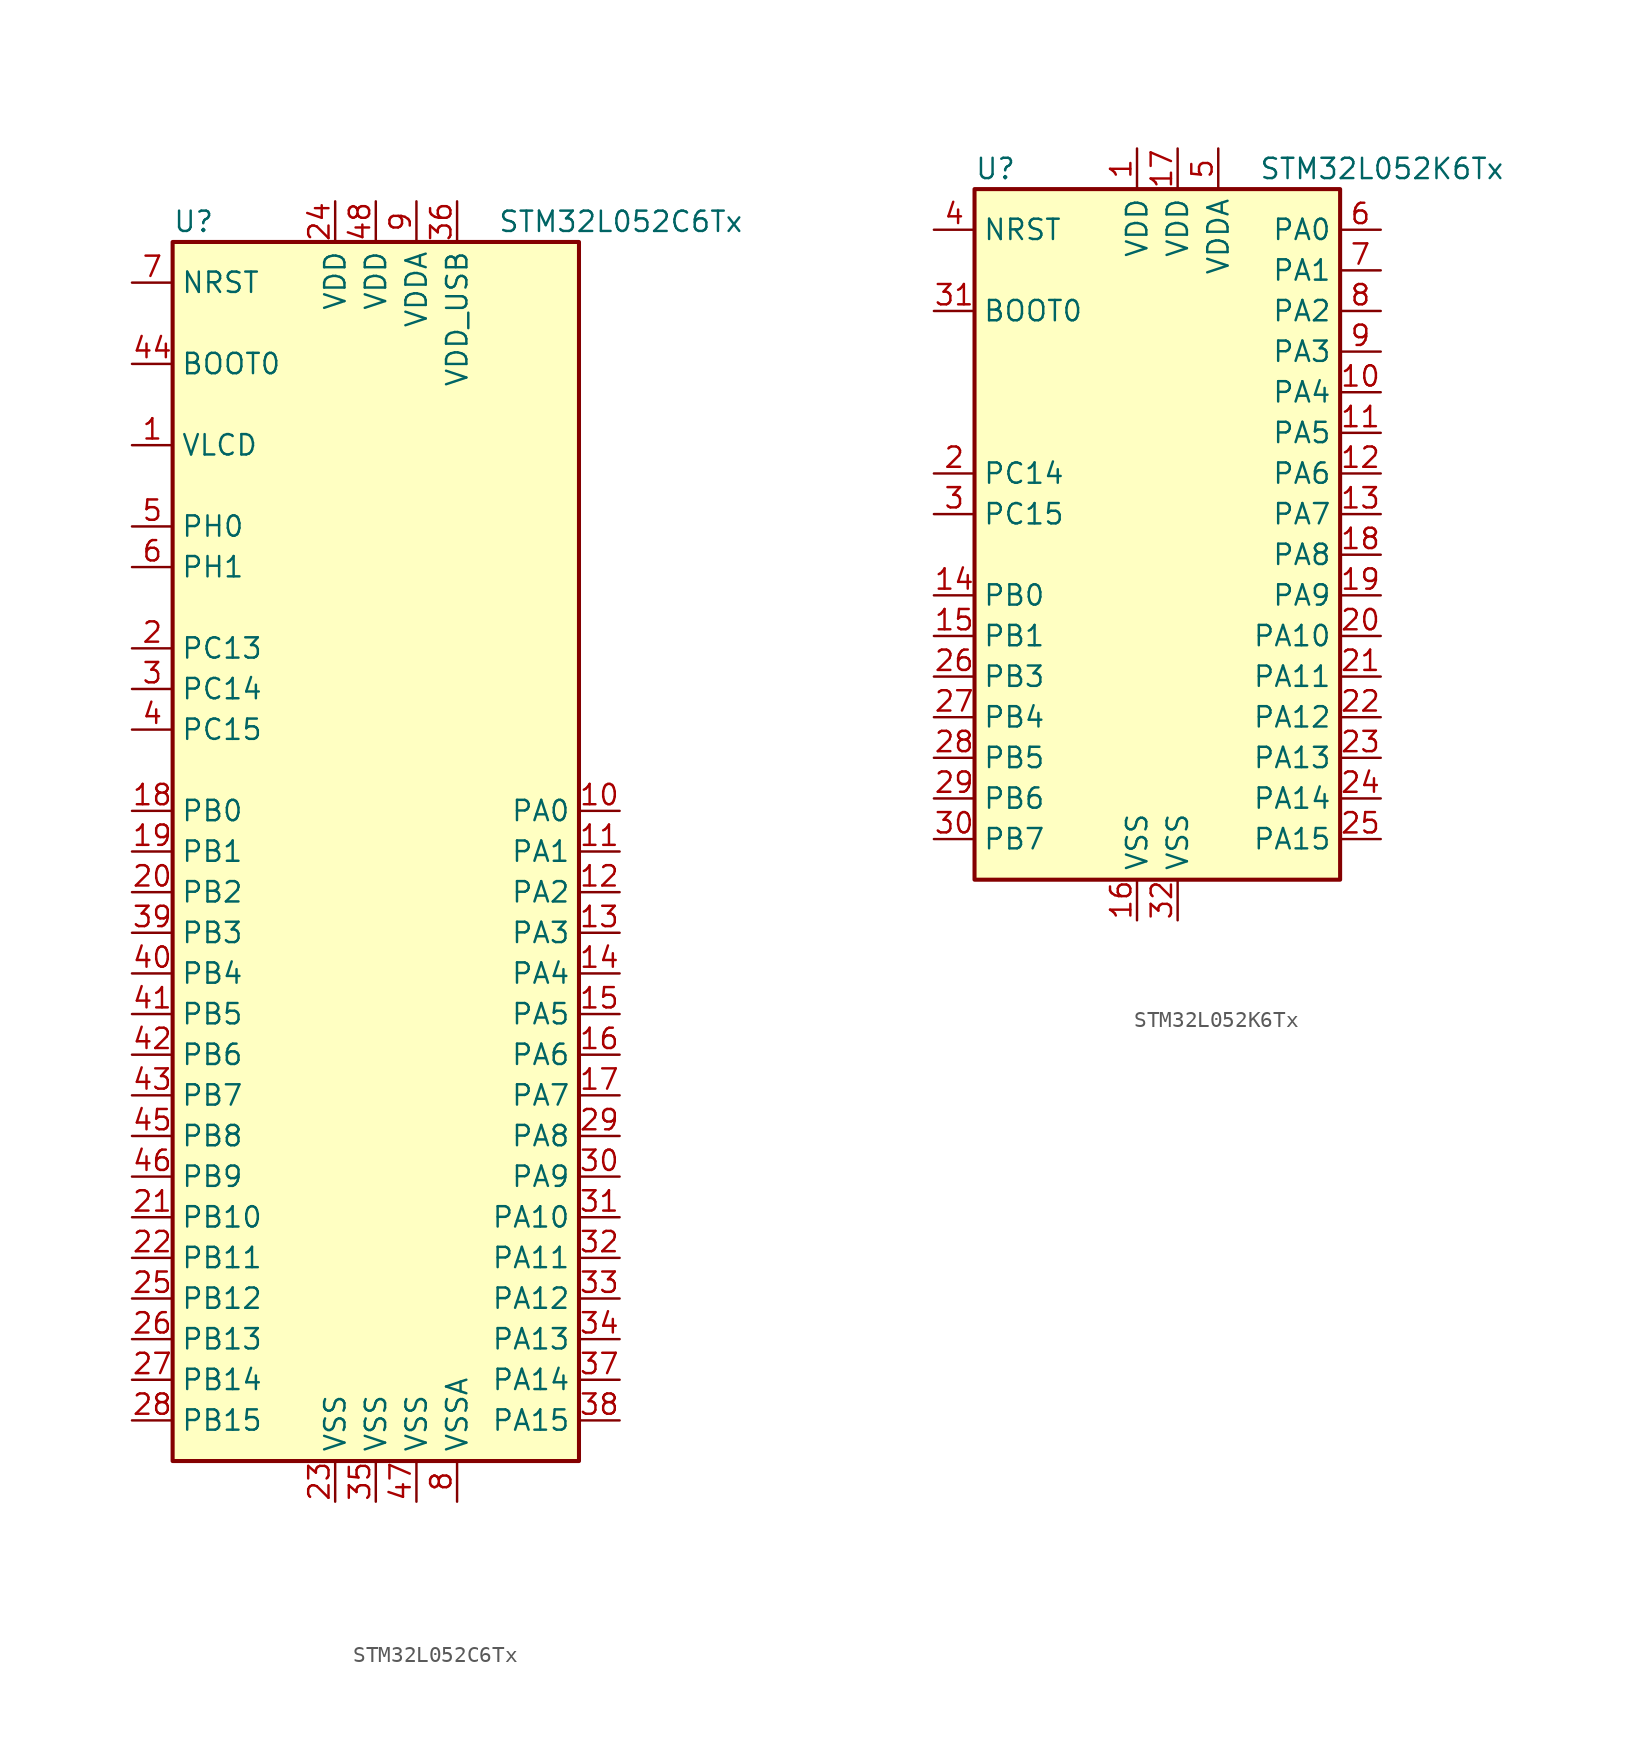
<source format=kicad_sym>
(kicad_symbol_lib
  (version 20201005)
  (generator kicad_symbol_editor)
  (symbol "STM32L052C6Tx"
    (property "Reference" "U"
      (at -12.7 39.37 0)
      (effects (font (size 1.27 1.27)) (justify left)))
    (property "Value" "STM32L052C6Tx"
      (at 7.62 39.37 0)
      (effects (font (size 1.27 1.27)) (justify left)))
    (symbol "STM32L052C6Tx_0_1"
      (rectangle (start -12.7 -38.1) (end 12.7 38.1) (stroke (width 0.254)) (fill (type background))))
    (symbol "STM32L052C6Tx_1_1"
      (pin power_in line (at -15.24 25.4 0) (length 2.54) (name "VLCD" (effects (font (size 1.27 1.27)))) (number "1" (effects (font (size 1.27 1.27)))))
      (pin bidirectional line (at 15.24 2.54 180) (length 2.54) (name "PA0" (effects (font (size 1.27 1.27)))) (number "10" (effects (font (size 1.27 1.27)))))
      (pin bidirectional line (at 15.24 0 180) (length 2.54) (name "PA1" (effects (font (size 1.27 1.27)))) (number "11" (effects (font (size 1.27 1.27)))))
      (pin bidirectional line (at 15.24 -2.54 180) (length 2.54) (name "PA2" (effects (font (size 1.27 1.27)))) (number "12" (effects (font (size 1.27 1.27)))))
      (pin bidirectional line (at 15.24 -5.08 180) (length 2.54) (name "PA3" (effects (font (size 1.27 1.27)))) (number "13" (effects (font (size 1.27 1.27)))))
      (pin bidirectional line (at 15.24 -7.62 180) (length 2.54) (name "PA4" (effects (font (size 1.27 1.27)))) (number "14" (effects (font (size 1.27 1.27)))))
      (pin bidirectional line (at 15.24 -10.16 180) (length 2.54) (name "PA5" (effects (font (size 1.27 1.27)))) (number "15" (effects (font (size 1.27 1.27)))))
      (pin bidirectional line (at 15.24 -12.7 180) (length 2.54) (name "PA6" (effects (font (size 1.27 1.27)))) (number "16" (effects (font (size 1.27 1.27)))))
      (pin bidirectional line (at 15.24 -15.24 180) (length 2.54) (name "PA7" (effects (font (size 1.27 1.27)))) (number "17" (effects (font (size 1.27 1.27)))))
      (pin bidirectional line (at -15.24 2.54 0) (length 2.54) (name "PB0" (effects (font (size 1.27 1.27)))) (number "18" (effects (font (size 1.27 1.27)))))
      (pin bidirectional line (at -15.24 0 0) (length 2.54) (name "PB1" (effects (font (size 1.27 1.27)))) (number "19" (effects (font (size 1.27 1.27)))))
      (pin bidirectional line (at -15.24 12.7 0) (length 2.54) (name "PC13" (effects (font (size 1.27 1.27)))) (number "2" (effects (font (size 1.27 1.27)))))
      (pin bidirectional line (at -15.24 -2.54 0) (length 2.54) (name "PB2" (effects (font (size 1.27 1.27)))) (number "20" (effects (font (size 1.27 1.27)))))
      (pin bidirectional line (at -15.24 -22.86 0) (length 2.54) (name "PB10" (effects (font (size 1.27 1.27)))) (number "21" (effects (font (size 1.27 1.27)))))
      (pin bidirectional line (at -15.24 -25.4 0) (length 2.54) (name "PB11" (effects (font (size 1.27 1.27)))) (number "22" (effects (font (size 1.27 1.27)))))
      (pin power_in line (at -2.54 -40.64 90) (length 2.54) (name "VSS" (effects (font (size 1.27 1.27)))) (number "23" (effects (font (size 1.27 1.27)))))
      (pin power_in line (at -2.54 40.64 270) (length 2.54) (name "VDD" (effects (font (size 1.27 1.27)))) (number "24" (effects (font (size 1.27 1.27)))))
      (pin bidirectional line (at -15.24 -27.94 0) (length 2.54) (name "PB12" (effects (font (size 1.27 1.27)))) (number "25" (effects (font (size 1.27 1.27)))))
      (pin bidirectional line (at -15.24 -30.48 0) (length 2.54) (name "PB13" (effects (font (size 1.27 1.27)))) (number "26" (effects (font (size 1.27 1.27)))))
      (pin bidirectional line (at -15.24 -33.02 0) (length 2.54) (name "PB14" (effects (font (size 1.27 1.27)))) (number "27" (effects (font (size 1.27 1.27)))))
      (pin bidirectional line (at -15.24 -35.56 0) (length 2.54) (name "PB15" (effects (font (size 1.27 1.27)))) (number "28" (effects (font (size 1.27 1.27)))))
      (pin bidirectional line (at 15.24 -17.78 180) (length 2.54) (name "PA8" (effects (font (size 1.27 1.27)))) (number "29" (effects (font (size 1.27 1.27)))))
      (pin bidirectional line (at -15.24 10.16 0) (length 2.54) (name "PC14" (effects (font (size 1.27 1.27)))) (number "3" (effects (font (size 1.27 1.27)))))
      (pin bidirectional line (at 15.24 -20.32 180) (length 2.54) (name "PA9" (effects (font (size 1.27 1.27)))) (number "30" (effects (font (size 1.27 1.27)))))
      (pin bidirectional line (at 15.24 -22.86 180) (length 2.54) (name "PA10" (effects (font (size 1.27 1.27)))) (number "31" (effects (font (size 1.27 1.27)))))
      (pin bidirectional line (at 15.24 -25.4 180) (length 2.54) (name "PA11" (effects (font (size 1.27 1.27)))) (number "32" (effects (font (size 1.27 1.27)))))
      (pin bidirectional line (at 15.24 -27.94 180) (length 2.54) (name "PA12" (effects (font (size 1.27 1.27)))) (number "33" (effects (font (size 1.27 1.27)))))
      (pin bidirectional line (at 15.24 -30.48 180) (length 2.54) (name "PA13" (effects (font (size 1.27 1.27)))) (number "34" (effects (font (size 1.27 1.27)))))
      (pin power_in line (at 0 -40.64 90) (length 2.54) (name "VSS" (effects (font (size 1.27 1.27)))) (number "35" (effects (font (size 1.27 1.27)))))
      (pin power_in line (at 5.08 40.64 270) (length 2.54) (name "VDD_USB" (effects (font (size 1.27 1.27)))) (number "36" (effects (font (size 1.27 1.27)))))
      (pin bidirectional line (at 15.24 -33.02 180) (length 2.54) (name "PA14" (effects (font (size 1.27 1.27)))) (number "37" (effects (font (size 1.27 1.27)))))
      (pin bidirectional line (at 15.24 -35.56 180) (length 2.54) (name "PA15" (effects (font (size 1.27 1.27)))) (number "38" (effects (font (size 1.27 1.27)))))
      (pin bidirectional line (at -15.24 -5.08 0) (length 2.54) (name "PB3" (effects (font (size 1.27 1.27)))) (number "39" (effects (font (size 1.27 1.27)))))
      (pin bidirectional line (at -15.24 7.62 0) (length 2.54) (name "PC15" (effects (font (size 1.27 1.27)))) (number "4" (effects (font (size 1.27 1.27)))))
      (pin bidirectional line (at -15.24 -7.62 0) (length 2.54) (name "PB4" (effects (font (size 1.27 1.27)))) (number "40" (effects (font (size 1.27 1.27)))))
      (pin bidirectional line (at -15.24 -10.16 0) (length 2.54) (name "PB5" (effects (font (size 1.27 1.27)))) (number "41" (effects (font (size 1.27 1.27)))))
      (pin bidirectional line (at -15.24 -12.7 0) (length 2.54) (name "PB6" (effects (font (size 1.27 1.27)))) (number "42" (effects (font (size 1.27 1.27)))))
      (pin bidirectional line (at -15.24 -15.24 0) (length 2.54) (name "PB7" (effects (font (size 1.27 1.27)))) (number "43" (effects (font (size 1.27 1.27)))))
      (pin input line (at -15.24 30.48 0) (length 2.54) (name "BOOT0" (effects (font (size 1.27 1.27)))) (number "44" (effects (font (size 1.27 1.27)))))
      (pin bidirectional line (at -15.24 -17.78 0) (length 2.54) (name "PB8" (effects (font (size 1.27 1.27)))) (number "45" (effects (font (size 1.27 1.27)))))
      (pin bidirectional line (at -15.24 -20.32 0) (length 2.54) (name "PB9" (effects (font (size 1.27 1.27)))) (number "46" (effects (font (size 1.27 1.27)))))
      (pin power_in line (at 2.54 -40.64 90) (length 2.54) (name "VSS" (effects (font (size 1.27 1.27)))) (number "47" (effects (font (size 1.27 1.27)))))
      (pin power_in line (at 0 40.64 270) (length 2.54) (name "VDD" (effects (font (size 1.27 1.27)))) (number "48" (effects (font (size 1.27 1.27)))))
      (pin input line (at -15.24 20.32 0) (length 2.54) (name "PH0" (effects (font (size 1.27 1.27)))) (number "5" (effects (font (size 1.27 1.27)))))
      (pin input line (at -15.24 17.78 0) (length 2.54) (name "PH1" (effects (font (size 1.27 1.27)))) (number "6" (effects (font (size 1.27 1.27)))))
      (pin input line (at -15.24 35.56 0) (length 2.54) (name "NRST" (effects (font (size 1.27 1.27)))) (number "7" (effects (font (size 1.27 1.27)))))
      (pin power_in line (at 5.08 -40.64 90) (length 2.54) (name "VSSA" (effects (font (size 1.27 1.27)))) (number "8" (effects (font (size 1.27 1.27)))))
      (pin power_in line (at 2.54 40.64 270) (length 2.54) (name "VDDA" (effects (font (size 1.27 1.27)))) (number "9" (effects (font (size 1.27 1.27)))))))
  (symbol "STM32L052K6Tx"
    (property "Reference" "U"
      (at -12.7 21.59 0)
      (effects (font (size 1.27 1.27)) (justify left)))
    (property "Value" "STM32L052K6Tx"
      (at 5.08 21.59 0)
      (effects (font (size 1.27 1.27)) (justify left)))
    (symbol "STM32L052K6Tx_0_1"
      (rectangle (start -12.7 -22.86) (end 10.16 20.32) (stroke (width 0.254)) (fill (type background))))
    (symbol "STM32L052K6Tx_1_1"
      (pin power_in line (at -2.54 22.86 270) (length 2.54) (name "VDD" (effects (font (size 1.27 1.27)))) (number "1" (effects (font (size 1.27 1.27)))))
      (pin bidirectional line (at 12.7 7.62 180) (length 2.54) (name "PA4" (effects (font (size 1.27 1.27)))) (number "10" (effects (font (size 1.27 1.27)))))
      (pin bidirectional line (at 12.7 5.08 180) (length 2.54) (name "PA5" (effects (font (size 1.27 1.27)))) (number "11" (effects (font (size 1.27 1.27)))))
      (pin bidirectional line (at 12.7 2.54 180) (length 2.54) (name "PA6" (effects (font (size 1.27 1.27)))) (number "12" (effects (font (size 1.27 1.27)))))
      (pin bidirectional line (at 12.7 0 180) (length 2.54) (name "PA7" (effects (font (size 1.27 1.27)))) (number "13" (effects (font (size 1.27 1.27)))))
      (pin bidirectional line (at -15.24 -5.08 0) (length 2.54) (name "PB0" (effects (font (size 1.27 1.27)))) (number "14" (effects (font (size 1.27 1.27)))))
      (pin bidirectional line (at -15.24 -7.62 0) (length 2.54) (name "PB1" (effects (font (size 1.27 1.27)))) (number "15" (effects (font (size 1.27 1.27)))))
      (pin power_in line (at -2.54 -25.4 90) (length 2.54) (name "VSS" (effects (font (size 1.27 1.27)))) (number "16" (effects (font (size 1.27 1.27)))))
      (pin power_in line (at 0 22.86 270) (length 2.54) (name "VDD" (effects (font (size 1.27 1.27)))) (number "17" (effects (font (size 1.27 1.27)))))
      (pin bidirectional line (at 12.7 -2.54 180) (length 2.54) (name "PA8" (effects (font (size 1.27 1.27)))) (number "18" (effects (font (size 1.27 1.27)))))
      (pin bidirectional line (at 12.7 -5.08 180) (length 2.54) (name "PA9" (effects (font (size 1.27 1.27)))) (number "19" (effects (font (size 1.27 1.27)))))
      (pin bidirectional line (at -15.24 2.54 0) (length 2.54) (name "PC14" (effects (font (size 1.27 1.27)))) (number "2" (effects (font (size 1.27 1.27)))))
      (pin bidirectional line (at 12.7 -7.62 180) (length 2.54) (name "PA10" (effects (font (size 1.27 1.27)))) (number "20" (effects (font (size 1.27 1.27)))))
      (pin bidirectional line (at 12.7 -10.16 180) (length 2.54) (name "PA11" (effects (font (size 1.27 1.27)))) (number "21" (effects (font (size 1.27 1.27)))))
      (pin bidirectional line (at 12.7 -12.7 180) (length 2.54) (name "PA12" (effects (font (size 1.27 1.27)))) (number "22" (effects (font (size 1.27 1.27)))))
      (pin bidirectional line (at 12.7 -15.24 180) (length 2.54) (name "PA13" (effects (font (size 1.27 1.27)))) (number "23" (effects (font (size 1.27 1.27)))))
      (pin bidirectional line (at 12.7 -17.78 180) (length 2.54) (name "PA14" (effects (font (size 1.27 1.27)))) (number "24" (effects (font (size 1.27 1.27)))))
      (pin bidirectional line (at 12.7 -20.32 180) (length 2.54) (name "PA15" (effects (font (size 1.27 1.27)))) (number "25" (effects (font (size 1.27 1.27)))))
      (pin bidirectional line (at -15.24 -10.16 0) (length 2.54) (name "PB3" (effects (font (size 1.27 1.27)))) (number "26" (effects (font (size 1.27 1.27)))))
      (pin bidirectional line (at -15.24 -12.7 0) (length 2.54) (name "PB4" (effects (font (size 1.27 1.27)))) (number "27" (effects (font (size 1.27 1.27)))))
      (pin bidirectional line (at -15.24 -15.24 0) (length 2.54) (name "PB5" (effects (font (size 1.27 1.27)))) (number "28" (effects (font (size 1.27 1.27)))))
      (pin bidirectional line (at -15.24 -17.78 0) (length 2.54) (name "PB6" (effects (font (size 1.27 1.27)))) (number "29" (effects (font (size 1.27 1.27)))))
      (pin bidirectional line (at -15.24 0 0) (length 2.54) (name "PC15" (effects (font (size 1.27 1.27)))) (number "3" (effects (font (size 1.27 1.27)))))
      (pin bidirectional line (at -15.24 -20.32 0) (length 2.54) (name "PB7" (effects (font (size 1.27 1.27)))) (number "30" (effects (font (size 1.27 1.27)))))
      (pin input line (at -15.24 12.7 0) (length 2.54) (name "BOOT0" (effects (font (size 1.27 1.27)))) (number "31" (effects (font (size 1.27 1.27)))))
      (pin power_in line (at 0 -25.4 90) (length 2.54) (name "VSS" (effects (font (size 1.27 1.27)))) (number "32" (effects (font (size 1.27 1.27)))))
      (pin input line (at -15.24 17.78 0) (length 2.54) (name "NRST" (effects (font (size 1.27 1.27)))) (number "4" (effects (font (size 1.27 1.27)))))
      (pin power_in line (at 2.54 22.86 270) (length 2.54) (name "VDDA" (effects (font (size 1.27 1.27)))) (number "5" (effects (font (size 1.27 1.27)))))
      (pin bidirectional line (at 12.7 17.78 180) (length 2.54) (name "PA0" (effects (font (size 1.27 1.27)))) (number "6" (effects (font (size 1.27 1.27)))))
      (pin bidirectional line (at 12.7 15.24 180) (length 2.54) (name "PA1" (effects (font (size 1.27 1.27)))) (number "7" (effects (font (size 1.27 1.27)))))
      (pin bidirectional line (at 12.7 12.7 180) (length 2.54) (name "PA2" (effects (font (size 1.27 1.27)))) (number "8" (effects (font (size 1.27 1.27)))))
      (pin bidirectional line (at 12.7 10.16 180) (length 2.54) (name "PA3" (effects (font (size 1.27 1.27)))) (number "9" (effects (font (size 1.27 1.27))))))))
</source>
